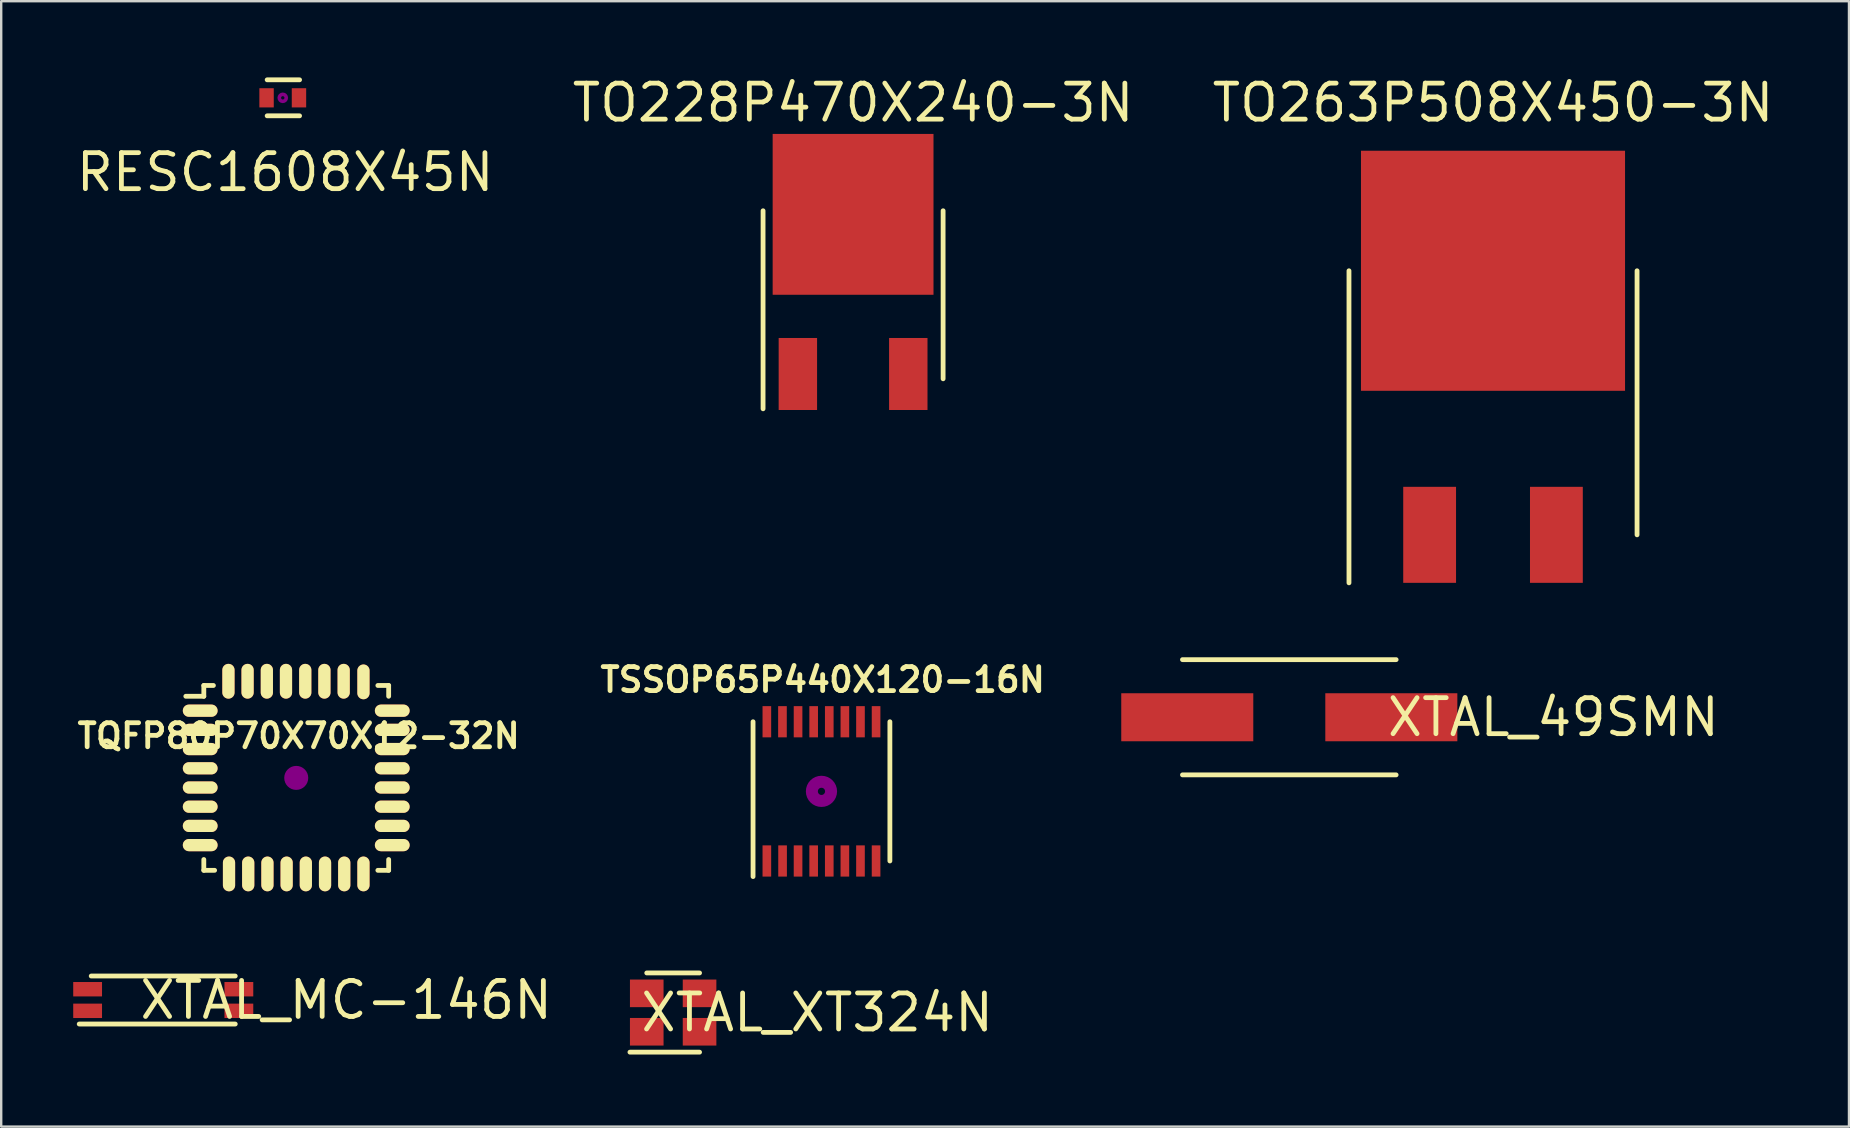
<source format=kicad_pcb>
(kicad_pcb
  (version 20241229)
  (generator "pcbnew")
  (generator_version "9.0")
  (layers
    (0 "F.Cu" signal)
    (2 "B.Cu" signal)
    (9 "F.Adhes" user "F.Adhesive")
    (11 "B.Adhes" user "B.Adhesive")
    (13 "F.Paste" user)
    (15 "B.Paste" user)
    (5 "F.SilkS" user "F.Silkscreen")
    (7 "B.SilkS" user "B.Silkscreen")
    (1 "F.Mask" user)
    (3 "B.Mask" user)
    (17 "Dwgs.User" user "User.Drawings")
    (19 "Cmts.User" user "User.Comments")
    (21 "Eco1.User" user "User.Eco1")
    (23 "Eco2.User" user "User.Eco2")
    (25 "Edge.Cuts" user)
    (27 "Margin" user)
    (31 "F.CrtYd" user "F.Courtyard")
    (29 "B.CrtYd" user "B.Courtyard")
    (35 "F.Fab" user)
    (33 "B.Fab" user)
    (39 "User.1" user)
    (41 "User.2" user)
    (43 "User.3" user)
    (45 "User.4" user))
  (footprint "TO228P470X240-3N"
    (layer "F.Cu")
    (at 32.486 9.229)
    (property "Reference" "TO228P470X240-3N" (at 0 -8 0) (layer "F.SilkS") (effects (font (size 1.5 1.5) (thickness 0.2))))
    (attr through_hole)
    (fp_line (start -3.75 -3.5) (end -3.75 4.75) (stroke (width 0.2) (type solid)) (layer "F.SilkS"))
    (fp_line (start 3.75 -3.5) (end 3.75 3.5) (stroke (width 0.2) (type solid)) (layer "F.SilkS"))
    (pad "GND" smd rect (at 0 -3.35) (size 6.7 6.7) (layers "F.Cu" "F.Mask" "F.Paste"))
    (pad "IN" smd rect (at -2.3 3.3) (size 1.6 3) (layers "F.Cu" "F.Mask" "F.Paste"))
    (pad "OUT" smd rect (at 2.3 3.3) (size 1.6 3) (layers "F.Cu" "F.Mask" "F.Paste")))
  (footprint "TSSOP65P440X120-16N"
    (layer "F.Cu")
    (at 31.169 29.915)
    (property "Reference" "TSSOP65P440X120-16N" (at 0.05 -4.65 0) (layer "F.SilkS") (effects (font (size 1 1) (thickness 0.2))))
    (attr smd)
    (fp_line (start -2.85 3.55) (end -2.85 -2.9) (stroke (width 0.2) (type solid)) (layer "F.SilkS"))
    (fp_line (start 2.85 -2.9) (end 2.85 2.9) (stroke (width 0.2) (type solid)) (layer "F.SilkS"))
    (fp_circle (center 0 0) (end 0.15 0) (stroke (width 0.5) (type solid)) (fill no) (layer "F.Adhes"))
    (fp_line (start -3.2 -3.8) (end 3.2 -3.8) (stroke (width 0.05) (type solid)) (layer "Margin"))
    (fp_line (start -3.2 3.8) (end -3.2 -3.8) (stroke (width 0.05) (type solid)) (layer "Margin"))
    (fp_line (start 3.2 -3.8) (end 3.2 3.8) (stroke (width 0.05) (type solid)) (layer "Margin"))
    (fp_line (start 3.2 3.8) (end -3.2 3.8) (stroke (width 0.05) (type solid)) (layer "Margin"))
    (pad "1" smd rect (at -2.275 2.9) (size 0.36 1.3) (layers "F.Cu" "F.Mask" "F.Paste"))
    (pad "2" smd rect (at -1.62 2.9) (size 0.36 1.3) (layers "F.Cu" "F.Mask" "F.Paste"))
    (pad "3" smd rect (at -0.975 2.9) (size 0.36 1.3) (layers "F.Cu" "F.Mask" "F.Paste"))
    (pad "4" smd rect (at -0.325 2.9) (size 0.36 1.3) (layers "F.Cu" "F.Mask" "F.Paste"))
    (pad "5" smd rect (at 0.325 2.9) (size 0.36 1.3) (layers "F.Cu" "F.Mask" "F.Paste"))
    (pad "6" smd rect (at 0.975 2.9) (size 0.36 1.3) (layers "F.Cu" "F.Mask" "F.Paste"))
    (pad "7" smd rect (at 1.625 2.9) (size 0.36 1.3) (layers "F.Cu" "F.Mask" "F.Paste"))
    (pad "8" smd rect (at 2.275 2.9) (size 0.36 1.3) (layers "F.Cu" "F.Mask" "F.Paste"))
    (pad "9" smd rect (at 2.275 -2.9) (size 0.36 1.3) (layers "F.Cu" "F.Mask" "F.Paste"))
    (pad "10" smd rect (at 1.625 -2.9) (size 0.36 1.3) (layers "F.Cu" "F.Mask" "F.Paste"))
    (pad "11" smd rect (at 0.975 -2.9) (size 0.36 1.3) (layers "F.Cu" "F.Mask" "F.Paste"))
    (pad "12" smd rect (at 0.325 -2.9) (size 0.36 1.3) (layers "F.Cu" "F.Mask" "F.Paste"))
    (pad "13" smd rect (at -0.325 -2.9) (size 0.36 1.3) (layers "F.Cu" "F.Mask" "F.Paste"))
    (pad "14" smd rect (at -0.975 -2.9) (size 0.36 1.3) (layers "F.Cu" "F.Mask" "F.Paste"))
    (pad "15" smd rect (at -1.625 -2.9) (size 0.36 1.3) (layers "F.Cu" "F.Mask" "F.Paste"))
    (pad "16" smd rect (at -2.275 -2.9) (size 0.36 1.3) (layers "F.Cu" "F.Mask" "F.Paste")))
  (footprint "XTAL_49SMN"
    (layer "F.Cu")
    (at 50.657 26.828)
    (property "Reference" "XTAL_49SMN" (at 11 0 0) (layer "F.SilkS") (effects (font (size 1.5 1.5) (thickness 0.2))))
    (attr through_hole)
    (fp_line (start -4.45 -2.4) (end 4.45 -2.4) (stroke (width 0.2) (type solid)) (layer "F.SilkS"))
    (fp_line (start -4.45 2.4) (end 4.45 2.4) (stroke (width 0.2) (type solid)) (layer "F.SilkS"))
    (pad "1" smd rect (at -4.25 0) (size 5.5 2) (layers "F.Cu" "F.Mask" "F.Paste"))
    (pad "2" smd rect (at 4.25 0) (size 5.5 2) (layers "F.Cu" "F.Mask" "F.Paste")))
  (footprint "TO263P508X450-3N"
    (layer "F.Cu")
    (at 59.143 13.229)
    (property "Reference" "TO263P508X450-3N" (at 0 -12 0) (layer "F.SilkS") (effects (font (size 1.5 1.5) (thickness 0.2))))
    (attr through_hole)
    (fp_line (start -6 -5) (end -6 8) (stroke (width 0.2) (type solid)) (layer "F.SilkS"))
    (fp_line (start 6 -5) (end 6 6) (stroke (width 0.2) (type solid)) (layer "F.SilkS"))
    (pad "GND" smd rect (at 0 -5) (size 11 10) (layers "F.Cu" "F.Mask" "F.Paste"))
    (pad "IN" smd rect (at -2.64 6) (size 2.2 4) (layers "F.Cu" "F.Mask" "F.Paste"))
    (pad "OUT" smd rect (at 2.64 6) (size 2.2 4) (layers "F.Cu" "F.Mask" "F.Paste")))
  (footprint "TQFP80P70X70X12-32N"
    (layer "F.Cu")
    (at 9.29 29.354)
    (property "Reference" "TQFP80P70X70X12-32N" (at 0.1 -1.75 0) (layer "F.SilkS") (effects (font (size 1 1) (thickness 0.2))))
    (attr smd)
    (fp_line (start -3.85 -3.85) (end -3.85 -3.4) (stroke (width 0.2) (type solid)) (layer "F.SilkS"))
    (fp_line (start -3.85 -3.4) (end -4.6 -3.4) (stroke (width 0.2) (type solid)) (layer "F.SilkS"))
    (fp_line (start -3.85 3.85) (end -3.85 3.4) (stroke (width 0.2) (type solid)) (layer "F.SilkS"))
    (fp_line (start -3.45 -3.85) (end -3.85 -3.85) (stroke (width 0.2) (type solid)) (layer "F.SilkS"))
    (fp_line (start -3.4 3.85) (end -3.85 3.85) (stroke (width 0.2) (type solid)) (layer "F.SilkS"))
    (fp_line (start 3.4 -3.85) (end 3.85 -3.85) (stroke (width 0.2) (type solid)) (layer "F.SilkS"))
    (fp_line (start 3.85 -3.85) (end 3.85 -3.4) (stroke (width 0.2) (type solid)) (layer "F.SilkS"))
    (fp_line (start 3.85 3.4) (end 3.85 3.85) (stroke (width 0.2) (type solid)) (layer "F.SilkS"))
    (fp_line (start 3.85 3.85) (end 3.4 3.85) (stroke (width 0.2) (type solid)) (layer "F.SilkS"))
    (fp_circle (center 0 0) (end 0 0.25) (stroke (width 0.5) (type solid)) (fill no) (layer "F.Adhes"))
    (fp_line (start -5 -5) (end 5 -5) (stroke (width 0.05) (type solid)) (layer "Margin"))
    (fp_line (start -5 5) (end -5 -5) (stroke (width 0.05) (type solid)) (layer "Margin"))
    (fp_line (start 5 -5) (end 5 5) (stroke (width 0.05) (type solid)) (layer "Margin"))
    (fp_line (start 5 5) (end -5 5) (stroke (width 0.05) (type solid)) (layer "Margin"))
    (pad "1" smd oval (at -4 -2.8) (size 1.45 0.51) (layers "F.Cu" "F.Mask" "F.SilkS"))
    (pad "2" smd oval (at -4 -2) (size 1.45 0.51) (layers "F.Cu" "F.Mask" "F.SilkS"))
    (pad "3" smd oval (at -4 -1.2) (size 1.45 0.51) (layers "F.Cu" "F.Mask" "F.SilkS"))
    (pad "4" smd oval (at -4 -0.4) (size 1.45 0.51) (layers "F.Cu" "F.Mask" "F.SilkS"))
    (pad "5" smd oval (at -4 0.4) (size 1.45 0.51) (layers "F.Cu" "F.Mask" "F.SilkS"))
    (pad "6" smd oval (at -4 1.2) (size 1.45 0.51) (layers "F.Cu" "F.Mask" "F.SilkS"))
    (pad "7" smd oval (at -4 2) (size 1.45 0.51) (layers "F.Cu" "F.Mask" "F.SilkS"))
    (pad "8" smd oval (at -4 2.8) (size 1.45 0.51) (layers "F.Cu" "F.Mask" "F.SilkS"))
    (pad "9" smd oval (at -2.8 4) (size 0.51 1.45) (layers "F.Cu" "F.Mask" "F.SilkS"))
    (pad "10" smd oval (at -2 4) (size 0.51 1.45) (layers "F.Cu" "F.Mask" "F.SilkS"))
    (pad "11" smd oval (at -1.2 4) (size 0.51 1.45) (layers "F.Cu" "F.Mask" "F.SilkS"))
    (pad "12" smd oval (at -0.4 4) (size 0.51 1.45) (layers "F.Cu" "F.Mask" "F.SilkS"))
    (pad "13" smd oval (at 0.4 4) (size 0.51 1.45) (layers "F.Cu" "F.Mask" "F.SilkS"))
    (pad "14" smd oval (at 1.2 4) (size 0.51 1.45) (layers "F.Cu" "F.Mask" "F.SilkS"))
    (pad "15" smd oval (at 2 4) (size 0.51 1.45) (layers "F.Cu" "F.Mask" "F.SilkS"))
    (pad "16" smd oval (at 2.8 4) (size 0.51 1.45) (layers "F.Cu" "F.Mask" "F.SilkS"))
    (pad "17" smd oval (at 4 2.8) (size 1.45 0.51) (layers "F.Cu" "F.Mask" "F.SilkS"))
    (pad "18" smd oval (at 4 2) (size 1.45 0.51) (layers "F.Cu" "F.Mask" "F.SilkS"))
    (pad "19" smd oval (at 4 1.2) (size 1.45 0.51) (layers "F.Cu" "F.Mask" "F.SilkS"))
    (pad "20" smd oval (at 4 0.4) (size 1.45 0.51) (layers "F.Cu" "F.Mask" "F.SilkS"))
    (pad "21" smd oval (at 4 -0.4) (size 1.45 0.51) (layers "F.Cu" "F.Mask" "F.SilkS"))
    (pad "22" smd oval (at 4 -1.2) (size 1.45 0.51) (layers "F.Cu" "F.Mask" "F.SilkS"))
    (pad "23" smd oval (at 4 -2) (size 1.45 0.51) (layers "F.Cu" "F.Mask" "F.SilkS"))
    (pad "24" smd oval (at 4 -2.8) (size 1.45 0.51) (layers "F.Cu" "F.Mask" "F.SilkS"))
    (pad "25" smd oval (at 2.8 -4) (size 0.51 1.45) (layers "F.Cu" "F.Mask" "F.SilkS"))
    (pad "26" smd oval (at 1.976 -4.026) (size 0.51 1.45) (layers "F.Cu" "F.Mask" "F.SilkS"))
    (pad "27" smd oval (at 1.173 -4.026) (size 0.51 1.45) (layers "F.Cu" "F.Mask" "F.SilkS"))
    (pad "28" smd oval (at 0.376 -4.026) (size 0.51 1.45) (layers "F.Cu" "F.Mask" "F.SilkS"))
    (pad "29" smd oval (at -0.427 -4.026) (size 0.51 1.45) (layers "F.Cu" "F.Mask" "F.SilkS"))
    (pad "30" smd oval (at -1.224 -4.026) (size 0.51 1.45) (layers "F.Cu" "F.Mask" "F.SilkS"))
    (pad "31" smd oval (at -2.027 -4.026) (size 0.51 1.45) (layers "F.Cu" "F.Mask" "F.SilkS"))
    (pad "32" smd oval (at -2.824 -4.026) (size 0.51 1.45) (layers "F.Cu" "F.Mask" "F.SilkS")))
  (footprint "RESC1608X45N"
    (layer "F.Cu")
    (at 8.729 1.025)
    (property "Reference" "RESC1608X45N" (at 0.1 3.1 0) (layer "F.SilkS") (effects (font (size 1.5 1.5) (thickness 0.2))))
    (attr through_hole)
    (fp_line (start -0.65 -0.75) (end 0.7 -0.75) (stroke (width 0.2) (type solid)) (layer "F.SilkS"))
    (fp_line (start -0.65 0.75) (end 0.7 0.75) (stroke (width 0.2) (type solid)) (layer "F.SilkS"))
    (fp_circle (center 0 0) (end 0.05 -0.05) (stroke (width 0.15) (type solid)) (fill no) (layer "F.Adhes"))
    (fp_line (start -1.25 -1) (end 1.25 -1) (stroke (width 0.05) (type solid)) (layer "Margin"))
    (fp_line (start -1.25 1.1) (end -1.25 -1) (stroke (width 0.05) (type solid)) (layer "Margin"))
    (fp_line (start 1.25 -1) (end 1.25 1.1) (stroke (width 0.05) (type solid)) (layer "Margin"))
    (fp_line (start 1.25 1.1) (end -1.25 1.1) (stroke (width 0.05) (type solid)) (layer "Margin"))
    (pad "1" smd rect (at -0.675 0) (size 0.6 0.8) (layers "F.Cu" "F.Mask" "F.Paste"))
    (pad "2" smd rect (at 0.675 0) (size 0.6 0.8) (layers "F.Cu" "F.Mask" "F.Paste")))
  (footprint "XTAL_MC-146N"
    (layer "F.Cu")
    (at 3.75 38.607)
    (property "Reference" "XTAL_MC-146N" (at 7.62 0 0) (layer "F.SilkS") (effects (font (size 1.5 1.5) (thickness 0.2))))
    (attr through_hole)
    (fp_line (start -3.5 1) (end 3 1) (stroke (width 0.2) (type solid)) (layer "F.SilkS"))
    (fp_line (start -3 -1) (end 3 -1) (stroke (width 0.2) (type solid)) (layer "F.SilkS"))
    (pad "1" smd rect (at -3.15 0.45) (size 1.2 0.6) (layers "F.Cu" "F.Mask" "F.Paste"))
    (pad "2" smd rect (at -3.15 -0.45) (size 1.2 0.6) (layers "F.Cu" "F.Mask" "F.Paste"))
    (pad "~" smd rect (at 3.15 -0.45) (size 1.2 0.6) (layers "F.Cu" "F.Mask" "F.Paste"))
    (pad "~" smd rect (at 3.15 0.45) (size 1.2 0.6) (layers "F.Cu" "F.Mask" "F.Paste")))
  (footprint "XTAL_XT324N"
    (layer "F.Cu")
    (at 24.991 39.129)
    (property "Reference" "XTAL_XT324N" (at 6 0 0) (layer "F.SilkS") (effects (font (size 1.5 1.5) (thickness 0.2))))
    (attr through_hole)
    (fp_line (start -1.8 1.65) (end 1.1 1.65) (stroke (width 0.2) (type solid)) (layer "F.SilkS"))
    (fp_line (start -1.1 -1.65) (end 1.1 -1.65) (stroke (width 0.2) (type solid)) (layer "F.SilkS"))
    (pad "1" smd rect (at -1.1 0.8) (size 1.4 1.15) (layers "F.Cu" "F.Mask" "F.Paste"))
    (pad "2" smd rect (at 1.1 -0.8) (size 1.4 1.15) (layers "F.Cu" "F.Mask" "F.Paste"))
    (pad "~" smd rect (at -1.1 -0.8) (size 1.4 1.15) (layers "F.Cu" "F.Mask" "F.Paste"))
    (pad "~" smd rect (at 1.1 0.8) (size 1.4 1.15) (layers "F.Cu" "F.Mask" "F.Paste")))
  (gr_rect
    (start -3 -3)
    (end 73.971 43.879)
    (stroke (width 0.1) (type default))
    (fill no)
    (layer "Edge.Cuts")))
</source>
